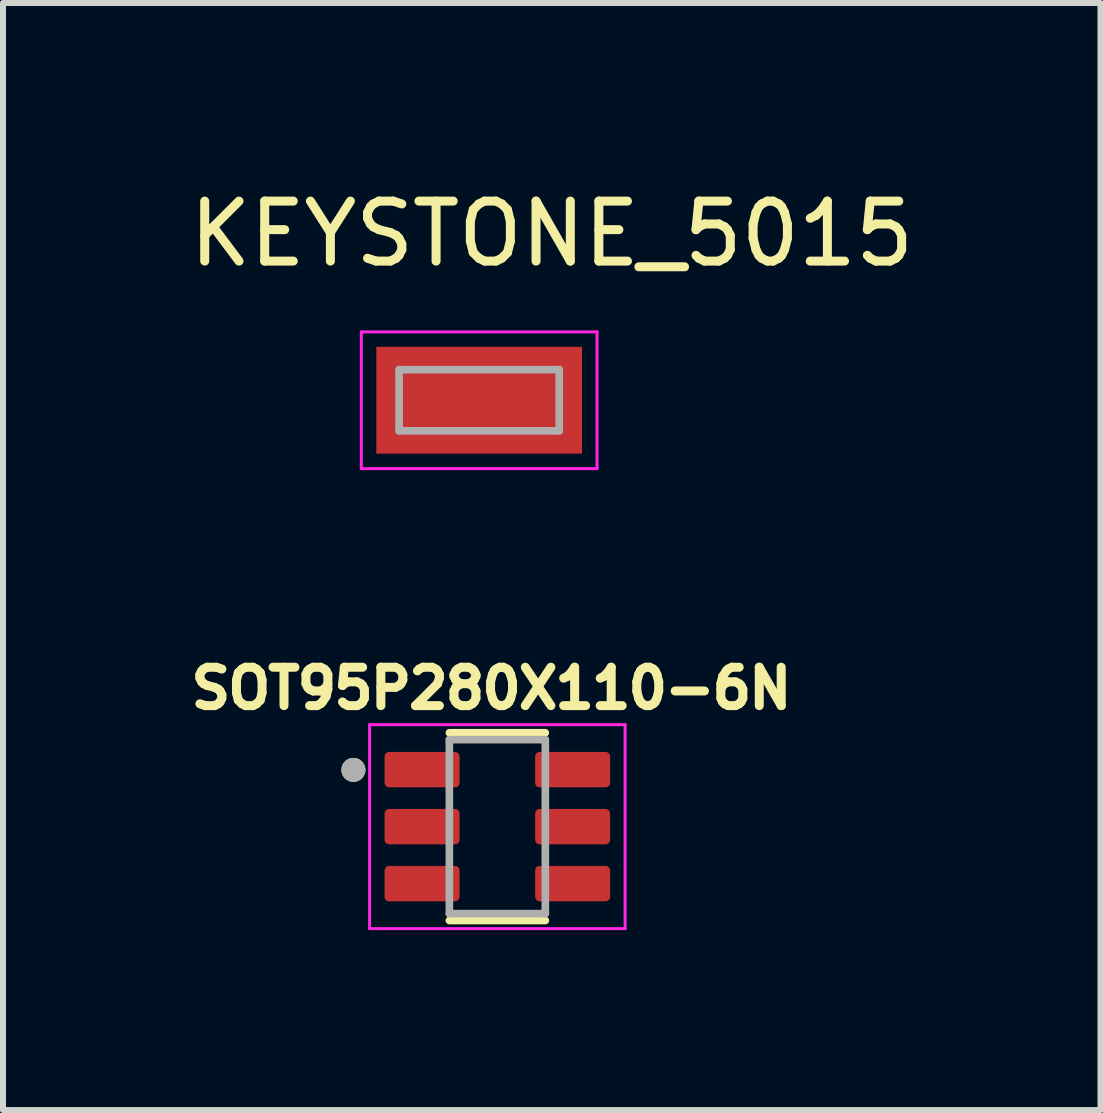
<source format=kicad_pcb>
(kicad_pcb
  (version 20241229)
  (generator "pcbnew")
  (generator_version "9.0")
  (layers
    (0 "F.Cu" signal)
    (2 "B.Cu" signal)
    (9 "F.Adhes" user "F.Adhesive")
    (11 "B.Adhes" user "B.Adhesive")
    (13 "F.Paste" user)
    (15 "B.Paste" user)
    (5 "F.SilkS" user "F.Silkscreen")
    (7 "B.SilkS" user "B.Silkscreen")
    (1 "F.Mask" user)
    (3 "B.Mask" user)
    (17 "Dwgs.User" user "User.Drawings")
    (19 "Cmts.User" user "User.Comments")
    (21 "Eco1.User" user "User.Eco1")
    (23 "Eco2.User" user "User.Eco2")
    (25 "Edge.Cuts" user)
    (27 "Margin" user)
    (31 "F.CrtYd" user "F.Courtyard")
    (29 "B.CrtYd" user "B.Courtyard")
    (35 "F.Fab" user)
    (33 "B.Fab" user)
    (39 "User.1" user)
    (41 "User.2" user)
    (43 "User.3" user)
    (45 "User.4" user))
  (footprint "SOT95P280X110-6N"
    (layer "F.Cu")
    (at 5.242 10.732)
    (property "Reference" "SOT95P280X110-6N" (at -0.098 -2.306 0) (layer "F.SilkS") (effects (font (size 0.64 0.64) (thickness 0.15))))
    (attr smd)
    (fp_line (start -0.8 -1.565) (end 0.8 -1.565) (stroke (width 0.127) (type solid)) (layer "F.SilkS"))
    (fp_line (start -0.8 1.565) (end 0.8 1.565) (stroke (width 0.127) (type solid)) (layer "F.SilkS"))
    (fp_circle (center -2.4 -0.946) (end -2.3 -0.946) (stroke (width 0.2) (type solid)) (fill no) (layer "F.SilkS"))
    (fp_line (start -2.13 -1.7) (end -2.13 1.7) (stroke (width 0.05) (type solid)) (layer "F.CrtYd"))
    (fp_line (start -2.13 1.7) (end 2.13 1.7) (stroke (width 0.05) (type solid)) (layer "F.CrtYd"))
    (fp_line (start 2.13 -1.7) (end -2.13 -1.7) (stroke (width 0.05) (type solid)) (layer "F.CrtYd"))
    (fp_line (start 2.13 1.7) (end 2.13 -1.7) (stroke (width 0.05) (type solid)) (layer "F.CrtYd"))
    (fp_line (start -0.8 -1.45) (end -0.8 1.45) (stroke (width 0.127) (type solid)) (layer "F.Fab"))
    (fp_line (start -0.8 1.45) (end 0.8 1.45) (stroke (width 0.127) (type solid)) (layer "F.Fab"))
    (fp_line (start 0.8 -1.45) (end -0.8 -1.45) (stroke (width 0.127) (type solid)) (layer "F.Fab"))
    (fp_line (start 0.8 1.45) (end 0.8 -1.45) (stroke (width 0.127) (type solid)) (layer "F.Fab"))
    (fp_circle (center -2.4 -0.946) (end -2.3 -0.946) (stroke (width 0.2) (type solid)) (fill no) (layer "F.Fab"))
    (pad "1" smd roundrect (at -1.255 -0.95) (size 1.25 0.59) (layers "F.Cu" "F.Mask" "F.Paste") (roundrect_rratio 0.125))
    (pad "2" smd roundrect (at -1.255 0) (size 1.25 0.59) (layers "F.Cu" "F.Mask" "F.Paste") (roundrect_rratio 0.125))
    (pad "3" smd roundrect (at -1.255 0.95) (size 1.25 0.59) (layers "F.Cu" "F.Mask" "F.Paste") (roundrect_rratio 0.125))
    (pad "4" smd roundrect (at 1.255 0.95) (size 1.25 0.59) (layers "F.Cu" "F.Mask" "F.Paste") (roundrect_rratio 0.125))
    (pad "5" smd roundrect (at 1.255 0) (size 1.25 0.59) (layers "F.Cu" "F.Mask" "F.Paste") (roundrect_rratio 0.125))
    (pad "6" smd roundrect (at 1.255 -0.95) (size 1.25 0.59) (layers "F.Cu" "F.Mask" "F.Paste") (roundrect_rratio 0.125)))
  (footprint "KEYSTONE_5015"
    (layer "F.Cu")
    (at 4.939 3.623)
    (property "Reference" "KEYSTONE_5015" (at 1.21 -2.775 0) (layer "F.SilkS") (effects (font (size 1 1) (thickness 0.15))))
    (attr smd)
    (fp_line (start -1.965 -1.14) (end -1.965 1.14) (stroke (width 0.05) (type solid)) (layer "F.CrtYd"))
    (fp_line (start -1.965 1.14) (end 1.965 1.14) (stroke (width 0.05) (type solid)) (layer "F.CrtYd"))
    (fp_line (start 1.965 -1.14) (end -1.965 -1.14) (stroke (width 0.05) (type solid)) (layer "F.CrtYd"))
    (fp_line (start 1.965 1.14) (end 1.965 -1.14) (stroke (width 0.05) (type solid)) (layer "F.CrtYd"))
    (fp_line (start -1.335 -0.51) (end 1.335 -0.51) (stroke (width 0.127) (type solid)) (layer "F.Fab"))
    (fp_line (start -1.335 0.51) (end -1.335 -0.51) (stroke (width 0.127) (type solid)) (layer "F.Fab"))
    (fp_line (start 1.335 -0.51) (end 1.335 0.51) (stroke (width 0.127) (type solid)) (layer "F.Fab"))
    (fp_line (start 1.335 0.51) (end -1.335 0.51) (stroke (width 0.127) (type solid)) (layer "F.Fab"))
    (pad "1" smd rect (at 0 0) (size 3.43 1.78) (layers "F.Cu" "F.Mask" "F.Paste")))
  (gr_rect
    (start -3 -3)
    (end 15.298 15.457)
    (stroke (width 0.1) (type default))
    (fill no)
    (layer "Edge.Cuts")))
</source>
